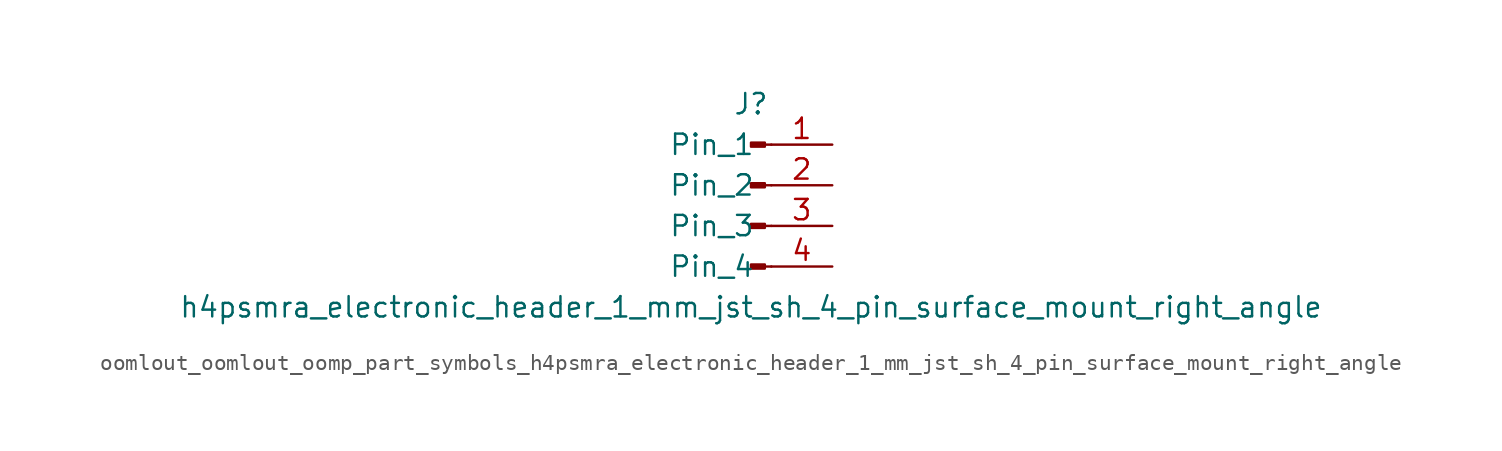
<source format=kicad_sym>
(kicad_symbol_lib
  (version 20220914)
  (generator kicad_symbol_editor)
  (symbol "oomlout_oomlout_oomp_part_symbols_h4psmra_electronic_header_1_mm_jst_sh_4_pin_surface_mount_right_angle"
    (pin_names
      (offset 1.016))
    (property "Reference" "J"
      (at 0 5.08 0)
      (effects (font (size 1.27 1.27))))
    (property "Value" "h4psmra_electronic_header_1_mm_jst_sh_4_pin_surface_mount_right_angle"
      (at 0 -7.62 0)
      (effects (font (size 1.27 1.27))))
    (property "ki_locked" ""
      (at 0 0 0)
      (effects (font (size 1.27 1.27))))
    (symbol "oomlout_oomlout_oomp_part_symbols_h4psmra_electronic_header_1_mm_jst_sh_4_pin_surface_mount_right_angle_1_1"
      (polyline (pts (xy 1.27 -5.08) (xy 0.864 -5.08)) (stroke (width 0.152) (type default)) (fill (type none)))
      (polyline (pts (xy 1.27 -2.54) (xy 0.864 -2.54)) (stroke (width 0.152) (type default)) (fill (type none)))
      (polyline (pts (xy 1.27 0) (xy 0.864 0)) (stroke (width 0.152) (type default)) (fill (type none)))
      (polyline (pts (xy 1.27 2.54) (xy 0.864 2.54)) (stroke (width 0.152) (type default)) (fill (type none)))
      (rectangle (start 0.864 -4.953) (end 0 -5.207) (stroke (width 0.152) (type default)) (fill (type outline)))
      (rectangle (start 0.864 -2.413) (end 0 -2.667) (stroke (width 0.152) (type default)) (fill (type outline)))
      (rectangle (start 0.864 0.127) (end 0 -0.127) (stroke (width 0.152) (type default)) (fill (type outline)))
      (rectangle (start 0.864 2.667) (end 0 2.413) (stroke (width 0.152) (type default)) (fill (type outline)))
      (pin passive line (at 5.08 2.54 180) (length 3.81) (name "Pin_1" (effects (font (size 1.27 1.27)))) (number "1" (effects (font (size 1.27 1.27)))))
      (pin passive line (at 5.08 0 180) (length 3.81) (name "Pin_2" (effects (font (size 1.27 1.27)))) (number "2" (effects (font (size 1.27 1.27)))))
      (pin passive line (at 5.08 -2.54 180) (length 3.81) (name "Pin_3" (effects (font (size 1.27 1.27)))) (number "3" (effects (font (size 1.27 1.27)))))
      (pin passive line (at 5.08 -5.08 180) (length 3.81) (name "Pin_4" (effects (font (size 1.27 1.27)))) (number "4" (effects (font (size 1.27 1.27))))))))
</source>
